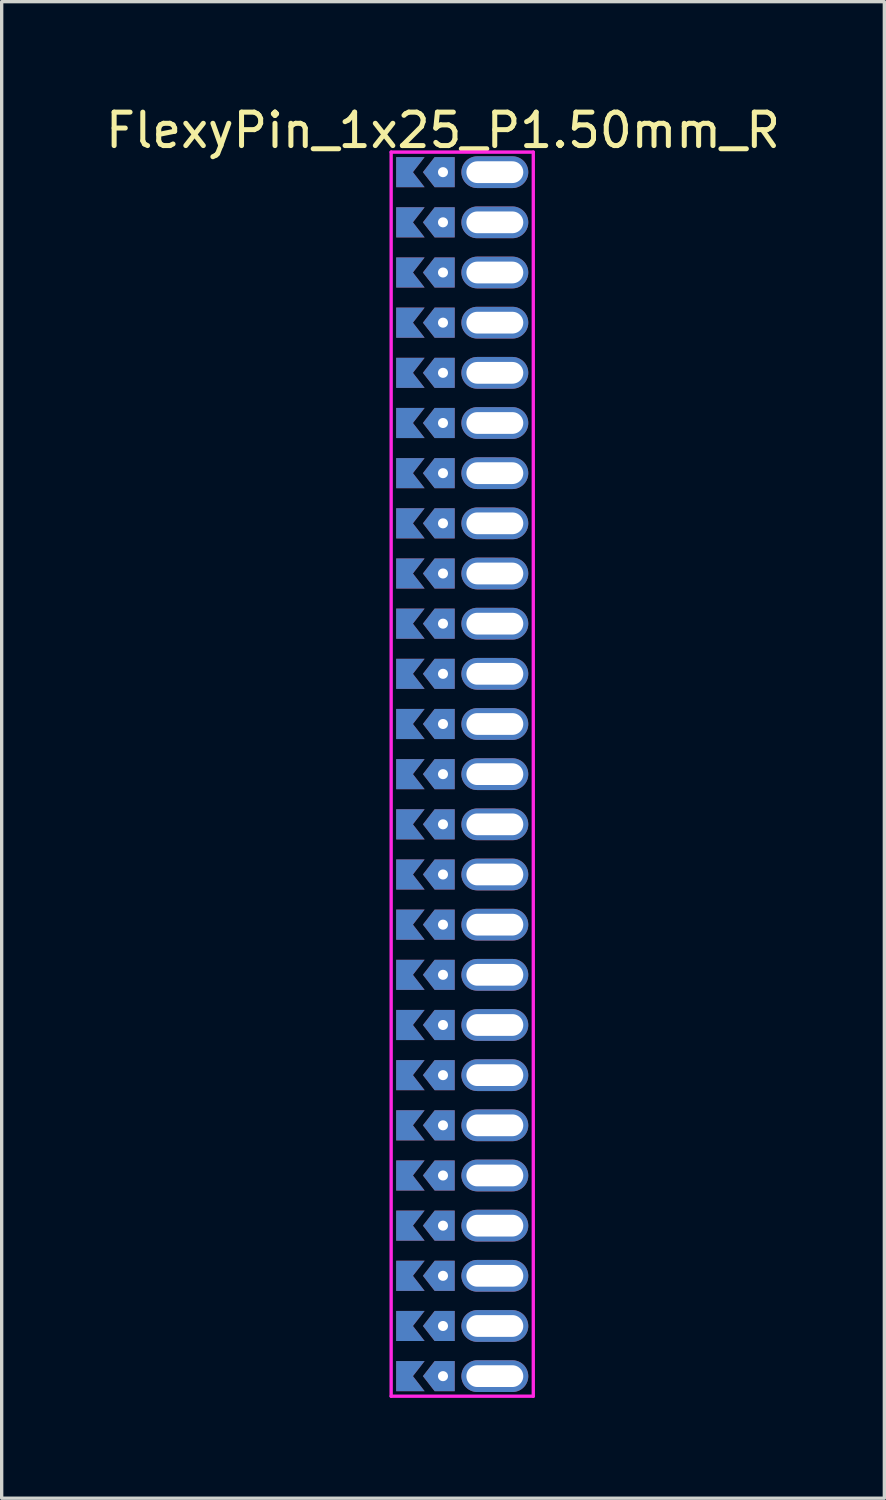
<source format=kicad_pcb>
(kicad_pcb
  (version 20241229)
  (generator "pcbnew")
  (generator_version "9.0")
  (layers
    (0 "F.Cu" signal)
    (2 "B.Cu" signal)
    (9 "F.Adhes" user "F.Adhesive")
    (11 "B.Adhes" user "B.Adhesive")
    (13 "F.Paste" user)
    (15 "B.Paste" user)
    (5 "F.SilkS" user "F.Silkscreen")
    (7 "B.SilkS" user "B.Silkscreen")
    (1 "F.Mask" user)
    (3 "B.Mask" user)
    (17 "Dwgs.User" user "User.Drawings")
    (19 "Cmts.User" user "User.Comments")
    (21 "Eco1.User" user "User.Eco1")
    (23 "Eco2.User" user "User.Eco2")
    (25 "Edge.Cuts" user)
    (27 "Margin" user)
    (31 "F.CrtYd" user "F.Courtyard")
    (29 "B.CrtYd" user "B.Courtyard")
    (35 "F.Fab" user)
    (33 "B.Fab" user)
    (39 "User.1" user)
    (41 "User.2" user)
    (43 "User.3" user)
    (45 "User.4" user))
  (footprint "FlexyPin_1x25_P1.50mm_R"
    (layer "F.Cu")
    (at 10.196 2.098)
    (property "Reference" "FlexyPin_1x25_P1.50mm_R" (at 0 -1.25 0) (layer "F.SilkS") (effects (font (size 1 1) (thickness 0.15))))
    (attr through_hole)
    (fp_line (start -1.55 -0.6) (end 2.7 -0.6) (stroke (width 0.1) (type solid)) (layer "F.CrtYd"))
    (fp_line (start -1.55 36.6) (end -1.55 -0.6) (stroke (width 0.1) (type solid)) (layer "F.CrtYd"))
    (fp_line (start 2.7 -0.6) (end 2.7 36.6) (stroke (width 0.1) (type solid)) (layer "F.CrtYd"))
    (fp_line (start 2.7 36.6) (end -1.55 36.6) (stroke (width 0.1) (type solid)) (layer "F.CrtYd"))
    (pad "" thru_hole custom (at 0 0) (size 0.3 0.3) (drill 0.6) (layers "*.Cu" "*.Mask") (options (anchor rect)) (primitives (gr_poly (pts (xy 0.35 0.45) (xy 0.35 -0.45) (xy -0.25 -0.45) (xy -0.6 0) (xy -0.25 0.45)) (width 0) (fill yes))))
    (pad "" thru_hole custom (at 0 1.5) (size 0.3 0.3) (drill 0.6) (layers "*.Cu" "*.Mask") (options (anchor rect)) (primitives (gr_poly (pts (xy 0.35 0.45) (xy 0.35 -0.45) (xy -0.25 -0.45) (xy -0.6 0) (xy -0.25 0.45)) (width 0) (fill yes))))
    (pad "" thru_hole custom (at 0 3) (size 0.3 0.3) (drill 0.6) (layers "*.Cu" "*.Mask") (options (anchor rect)) (primitives (gr_poly (pts (xy 0.35 0.45) (xy 0.35 -0.45) (xy -0.25 -0.45) (xy -0.6 0) (xy -0.25 0.45)) (width 0) (fill yes))))
    (pad "" thru_hole custom (at 0 4.5) (size 0.3 0.3) (drill 0.6) (layers "*.Cu" "*.Mask") (options (anchor rect)) (primitives (gr_poly (pts (xy 0.35 0.45) (xy 0.35 -0.45) (xy -0.25 -0.45) (xy -0.6 0) (xy -0.25 0.45)) (width 0) (fill yes))))
    (pad "" thru_hole custom (at 0 6) (size 0.3 0.3) (drill 0.6) (layers "*.Cu" "*.Mask") (options (anchor rect)) (primitives (gr_poly (pts (xy 0.35 0.45) (xy 0.35 -0.45) (xy -0.25 -0.45) (xy -0.6 0) (xy -0.25 0.45)) (width 0) (fill yes))))
    (pad "" thru_hole custom (at 0 7.5) (size 0.3 0.3) (drill 0.6) (layers "*.Cu" "*.Mask") (options (anchor rect)) (primitives (gr_poly (pts (xy 0.35 0.45) (xy 0.35 -0.45) (xy -0.25 -0.45) (xy -0.6 0) (xy -0.25 0.45)) (width 0) (fill yes))))
    (pad "" thru_hole custom (at 0 9) (size 0.3 0.3) (drill 0.6) (layers "*.Cu" "*.Mask") (options (anchor rect)) (primitives (gr_poly (pts (xy 0.35 0.45) (xy 0.35 -0.45) (xy -0.25 -0.45) (xy -0.6 0) (xy -0.25 0.45)) (width 0) (fill yes))))
    (pad "" thru_hole custom (at 0 10.5) (size 0.3 0.3) (drill 0.6) (layers "*.Cu" "*.Mask") (options (anchor rect)) (primitives (gr_poly (pts (xy 0.35 0.45) (xy 0.35 -0.45) (xy -0.25 -0.45) (xy -0.6 0) (xy -0.25 0.45)) (width 0) (fill yes))))
    (pad "" thru_hole custom (at 0 12) (size 0.3 0.3) (drill 0.6) (layers "*.Cu" "*.Mask") (options (anchor rect)) (primitives (gr_poly (pts (xy 0.35 0.45) (xy 0.35 -0.45) (xy -0.25 -0.45) (xy -0.6 0) (xy -0.25 0.45)) (width 0) (fill yes))))
    (pad "" thru_hole custom (at 0 13.5) (size 0.3 0.3) (drill 0.6) (layers "*.Cu" "*.Mask") (options (anchor rect)) (primitives (gr_poly (pts (xy 0.35 0.45) (xy 0.35 -0.45) (xy -0.25 -0.45) (xy -0.6 0) (xy -0.25 0.45)) (width 0) (fill yes))))
    (pad "" thru_hole custom (at 0 15) (size 0.3 0.3) (drill 0.6) (layers "*.Cu" "*.Mask") (options (anchor rect)) (primitives (gr_poly (pts (xy 0.35 0.45) (xy 0.35 -0.45) (xy -0.25 -0.45) (xy -0.6 0) (xy -0.25 0.45)) (width 0) (fill yes))))
    (pad "" thru_hole custom (at 0 16.5) (size 0.3 0.3) (drill 0.6) (layers "*.Cu" "*.Mask") (options (anchor rect)) (primitives (gr_poly (pts (xy 0.35 0.45) (xy 0.35 -0.45) (xy -0.25 -0.45) (xy -0.6 0) (xy -0.25 0.45)) (width 0) (fill yes))))
    (pad "" thru_hole custom (at 0 18) (size 0.3 0.3) (drill 0.6) (layers "*.Cu" "*.Mask") (options (anchor rect)) (primitives (gr_poly (pts (xy 0.35 0.45) (xy 0.35 -0.45) (xy -0.25 -0.45) (xy -0.6 0) (xy -0.25 0.45)) (width 0) (fill yes))))
    (pad "" thru_hole custom (at 0 19.5) (size 0.3 0.3) (drill 0.6) (layers "*.Cu" "*.Mask") (options (anchor rect)) (primitives (gr_poly (pts (xy 0.35 0.45) (xy 0.35 -0.45) (xy -0.25 -0.45) (xy -0.6 0) (xy -0.25 0.45)) (width 0) (fill yes))))
    (pad "" thru_hole custom (at 0 21) (size 0.3 0.3) (drill 0.6) (layers "*.Cu" "*.Mask") (options (anchor rect)) (primitives (gr_poly (pts (xy 0.35 0.45) (xy 0.35 -0.45) (xy -0.25 -0.45) (xy -0.6 0) (xy -0.25 0.45)) (width 0) (fill yes))))
    (pad "" thru_hole custom (at 0 22.5) (size 0.3 0.3) (drill 0.6) (layers "*.Cu" "*.Mask") (options (anchor rect)) (primitives (gr_poly (pts (xy 0.35 0.45) (xy 0.35 -0.45) (xy -0.25 -0.45) (xy -0.6 0) (xy -0.25 0.45)) (width 0) (fill yes))))
    (pad "" thru_hole custom (at 0 24) (size 0.3 0.3) (drill 0.6) (layers "*.Cu" "*.Mask") (options (anchor rect)) (primitives (gr_poly (pts (xy 0.35 0.45) (xy 0.35 -0.45) (xy -0.25 -0.45) (xy -0.6 0) (xy -0.25 0.45)) (width 0) (fill yes))))
    (pad "" thru_hole custom (at 0 25.5) (size 0.3 0.3) (drill 0.6) (layers "*.Cu" "*.Mask") (options (anchor rect)) (primitives (gr_poly (pts (xy 0.35 0.45) (xy 0.35 -0.45) (xy -0.25 -0.45) (xy -0.6 0) (xy -0.25 0.45)) (width 0) (fill yes))))
    (pad "" thru_hole custom (at 0 27) (size 0.3 0.3) (drill 0.6) (layers "*.Cu" "*.Mask") (options (anchor rect)) (primitives (gr_poly (pts (xy 0.35 0.45) (xy 0.35 -0.45) (xy -0.25 -0.45) (xy -0.6 0) (xy -0.25 0.45)) (width 0) (fill yes))))
    (pad "" thru_hole custom (at 0 28.5) (size 0.3 0.3) (drill 0.6) (layers "*.Cu" "*.Mask") (options (anchor rect)) (primitives (gr_poly (pts (xy 0.35 0.45) (xy 0.35 -0.45) (xy -0.25 -0.45) (xy -0.6 0) (xy -0.25 0.45)) (width 0) (fill yes))))
    (pad "" thru_hole custom (at 0 30) (size 0.3 0.3) (drill 0.6) (layers "*.Cu" "*.Mask") (options (anchor rect)) (primitives (gr_poly (pts (xy 0.35 0.45) (xy 0.35 -0.45) (xy -0.25 -0.45) (xy -0.6 0) (xy -0.25 0.45)) (width 0) (fill yes))))
    (pad "" thru_hole custom (at 0 31.5) (size 0.3 0.3) (drill 0.6) (layers "*.Cu" "*.Mask") (options (anchor rect)) (primitives (gr_poly (pts (xy 0.35 0.45) (xy 0.35 -0.45) (xy -0.25 -0.45) (xy -0.6 0) (xy -0.25 0.45)) (width 0) (fill yes))))
    (pad "" thru_hole custom (at 0 33) (size 0.3 0.3) (drill 0.6) (layers "*.Cu" "*.Mask") (options (anchor rect)) (primitives (gr_poly (pts (xy 0.35 0.45) (xy 0.35 -0.45) (xy -0.25 -0.45) (xy -0.6 0) (xy -0.25 0.45)) (width 0) (fill yes))))
    (pad "" thru_hole custom (at 0 34.5) (size 0.3 0.3) (drill 0.6) (layers "*.Cu" "*.Mask") (options (anchor rect)) (primitives (gr_poly (pts (xy 0.35 0.45) (xy 0.35 -0.45) (xy -0.25 -0.45) (xy -0.6 0) (xy -0.25 0.45)) (width 0) (fill yes))))
    (pad "" thru_hole custom (at 0 36) (size 0.3 0.3) (drill 0.6) (layers "*.Cu" "*.Mask") (options (anchor rect)) (primitives (gr_poly (pts (xy 0.35 0.45) (xy 0.35 -0.45) (xy -0.25 -0.45) (xy -0.6 0) (xy -0.25 0.45)) (width 0) (fill yes))))
    (pad "" thru_hole oval (at 1.55 0) (size 2 0.95) (drill oval 1.7 0.65) (layers "*.Cu" "*.Mask"))
    (pad "" thru_hole oval (at 1.55 1.5) (size 2 0.95) (drill oval 1.7 0.65) (layers "*.Cu" "*.Mask"))
    (pad "" thru_hole oval (at 1.55 3) (size 2 0.95) (drill oval 1.7 0.65) (layers "*.Cu" "*.Mask"))
    (pad "" thru_hole oval (at 1.55 4.5) (size 2 0.95) (drill oval 1.7 0.65) (layers "*.Cu" "*.Mask"))
    (pad "" thru_hole oval (at 1.55 6) (size 2 0.95) (drill oval 1.7 0.65) (layers "*.Cu" "*.Mask"))
    (pad "" thru_hole oval (at 1.55 7.5) (size 2 0.95) (drill oval 1.7 0.65) (layers "*.Cu" "*.Mask"))
    (pad "" thru_hole oval (at 1.55 9) (size 2 0.95) (drill oval 1.7 0.65) (layers "*.Cu" "*.Mask"))
    (pad "" thru_hole oval (at 1.55 10.5) (size 2 0.95) (drill oval 1.7 0.65) (layers "*.Cu" "*.Mask"))
    (pad "" thru_hole oval (at 1.55 12) (size 2 0.95) (drill oval 1.7 0.65) (layers "*.Cu" "*.Mask"))
    (pad "" thru_hole oval (at 1.55 13.5) (size 2 0.95) (drill oval 1.7 0.65) (layers "*.Cu" "*.Mask"))
    (pad "" thru_hole oval (at 1.55 15) (size 2 0.95) (drill oval 1.7 0.65) (layers "*.Cu" "*.Mask"))
    (pad "" thru_hole oval (at 1.55 16.5) (size 2 0.95) (drill oval 1.7 0.65) (layers "*.Cu" "*.Mask"))
    (pad "" thru_hole oval (at 1.55 18) (size 2 0.95) (drill oval 1.7 0.65) (layers "*.Cu" "*.Mask"))
    (pad "" thru_hole oval (at 1.55 19.5) (size 2 0.95) (drill oval 1.7 0.65) (layers "*.Cu" "*.Mask"))
    (pad "" thru_hole oval (at 1.55 21) (size 2 0.95) (drill oval 1.7 0.65) (layers "*.Cu" "*.Mask"))
    (pad "" thru_hole oval (at 1.55 22.5) (size 2 0.95) (drill oval 1.7 0.65) (layers "*.Cu" "*.Mask"))
    (pad "" thru_hole oval (at 1.55 24) (size 2 0.95) (drill oval 1.7 0.65) (layers "*.Cu" "*.Mask"))
    (pad "" thru_hole oval (at 1.55 25.5) (size 2 0.95) (drill oval 1.7 0.65) (layers "*.Cu" "*.Mask"))
    (pad "" thru_hole oval (at 1.55 27) (size 2 0.95) (drill oval 1.7 0.65) (layers "*.Cu" "*.Mask"))
    (pad "" thru_hole oval (at 1.55 28.5) (size 2 0.95) (drill oval 1.7 0.65) (layers "*.Cu" "*.Mask"))
    (pad "" thru_hole oval (at 1.55 30) (size 2 0.95) (drill oval 1.7 0.65) (layers "*.Cu" "*.Mask"))
    (pad "" thru_hole oval (at 1.55 31.5) (size 2 0.95) (drill oval 1.7 0.65) (layers "*.Cu" "*.Mask"))
    (pad "" thru_hole oval (at 1.55 33) (size 2 0.95) (drill oval 1.7 0.65) (layers "*.Cu" "*.Mask"))
    (pad "" thru_hole oval (at 1.55 34.5) (size 2 0.95) (drill oval 1.7 0.65) (layers "*.Cu" "*.Mask"))
    (pad "" thru_hole oval (at 1.55 36) (size 2 0.95) (drill oval 1.7 0.65) (layers "*.Cu" "*.Mask"))
    (pad "1" smd custom (at -0.9 0) (size 0.01 0.01) (layers "F.Cu" "F.Mask") (options (anchor rect)) (primitives (gr_poly (pts (xy 0 0) (xy 0.35 0.45) (xy -0.5 0.45) (xy -0.5 -0.45) (xy 0.35 -0.45)) (width 0) (fill yes))))
    (pad "2" smd custom (at -0.9 1.5) (size 0.01 0.01) (layers "F.Cu" "F.Mask") (options (anchor rect)) (primitives (gr_poly (pts (xy 0 0) (xy 0.35 0.45) (xy -0.5 0.45) (xy -0.5 -0.45) (xy 0.35 -0.45)) (width 0) (fill yes))))
    (pad "3" smd custom (at -0.9 3) (size 0.01 0.01) (layers "F.Cu" "F.Mask") (options (anchor rect)) (primitives (gr_poly (pts (xy 0 0) (xy 0.35 0.45) (xy -0.5 0.45) (xy -0.5 -0.45) (xy 0.35 -0.45)) (width 0) (fill yes))))
    (pad "4" smd custom (at -0.9 4.5) (size 0.01 0.01) (layers "F.Cu" "F.Mask") (options (anchor rect)) (primitives (gr_poly (pts (xy 0 0) (xy 0.35 0.45) (xy -0.5 0.45) (xy -0.5 -0.45) (xy 0.35 -0.45)) (width 0) (fill yes))))
    (pad "5" smd custom (at -0.9 6) (size 0.01 0.01) (layers "F.Cu" "F.Mask") (options (anchor rect)) (primitives (gr_poly (pts (xy 0 0) (xy 0.35 0.45) (xy -0.5 0.45) (xy -0.5 -0.45) (xy 0.35 -0.45)) (width 0) (fill yes))))
    (pad "6" smd custom (at -0.9 7.5) (size 0.01 0.01) (layers "F.Cu" "F.Mask") (options (anchor rect)) (primitives (gr_poly (pts (xy 0 0) (xy 0.35 0.45) (xy -0.5 0.45) (xy -0.5 -0.45) (xy 0.35 -0.45)) (width 0) (fill yes))))
    (pad "7" smd custom (at -0.9 9) (size 0.01 0.01) (layers "F.Cu" "F.Mask") (options (anchor rect)) (primitives (gr_poly (pts (xy 0 0) (xy 0.35 0.45) (xy -0.5 0.45) (xy -0.5 -0.45) (xy 0.35 -0.45)) (width 0) (fill yes))))
    (pad "8" smd custom (at -0.9 10.5) (size 0.01 0.01) (layers "F.Cu" "F.Mask") (options (anchor rect)) (primitives (gr_poly (pts (xy 0 0) (xy 0.35 0.45) (xy -0.5 0.45) (xy -0.5 -0.45) (xy 0.35 -0.45)) (width 0) (fill yes))))
    (pad "9" smd custom (at -0.9 12) (size 0.01 0.01) (layers "F.Cu" "F.Mask") (options (anchor rect)) (primitives (gr_poly (pts (xy 0 0) (xy 0.35 0.45) (xy -0.5 0.45) (xy -0.5 -0.45) (xy 0.35 -0.45)) (width 0) (fill yes))))
    (pad "10" smd custom (at -0.9 13.5) (size 0.01 0.01) (layers "F.Cu" "F.Mask") (options (anchor rect)) (primitives (gr_poly (pts (xy 0 0) (xy 0.35 0.45) (xy -0.5 0.45) (xy -0.5 -0.45) (xy 0.35 -0.45)) (width 0) (fill yes))))
    (pad "11" smd custom (at -0.9 15) (size 0.01 0.01) (layers "F.Cu" "F.Mask") (options (anchor rect)) (primitives (gr_poly (pts (xy 0 0) (xy 0.35 0.45) (xy -0.5 0.45) (xy -0.5 -0.45) (xy 0.35 -0.45)) (width 0) (fill yes))))
    (pad "12" smd custom (at -0.9 16.5) (size 0.01 0.01) (layers "F.Cu" "F.Mask") (options (anchor rect)) (primitives (gr_poly (pts (xy 0 0) (xy 0.35 0.45) (xy -0.5 0.45) (xy -0.5 -0.45) (xy 0.35 -0.45)) (width 0) (fill yes))))
    (pad "13" smd custom (at -0.9 18) (size 0.01 0.01) (layers "F.Cu" "F.Mask") (options (anchor rect)) (primitives (gr_poly (pts (xy 0 0) (xy 0.35 0.45) (xy -0.5 0.45) (xy -0.5 -0.45) (xy 0.35 -0.45)) (width 0) (fill yes))))
    (pad "14" smd custom (at -0.9 19.5) (size 0.01 0.01) (layers "F.Cu" "F.Mask") (options (anchor rect)) (primitives (gr_poly (pts (xy 0 0) (xy 0.35 0.45) (xy -0.5 0.45) (xy -0.5 -0.45) (xy 0.35 -0.45)) (width 0) (fill yes))))
    (pad "15" smd custom (at -0.9 21) (size 0.01 0.01) (layers "F.Cu" "F.Mask") (options (anchor rect)) (primitives (gr_poly (pts (xy 0 0) (xy 0.35 0.45) (xy -0.5 0.45) (xy -0.5 -0.45) (xy 0.35 -0.45)) (width 0) (fill yes))))
    (pad "16" smd custom (at -0.9 22.5) (size 0.01 0.01) (layers "F.Cu" "F.Mask") (options (anchor rect)) (primitives (gr_poly (pts (xy 0 0) (xy 0.35 0.45) (xy -0.5 0.45) (xy -0.5 -0.45) (xy 0.35 -0.45)) (width 0) (fill yes))))
    (pad "17" smd custom (at -0.9 24) (size 0.01 0.01) (layers "F.Cu" "F.Mask") (options (anchor rect)) (primitives (gr_poly (pts (xy 0 0) (xy 0.35 0.45) (xy -0.5 0.45) (xy -0.5 -0.45) (xy 0.35 -0.45)) (width 0) (fill yes))))
    (pad "18" smd custom (at -0.9 25.5) (size 0.01 0.01) (layers "F.Cu" "F.Mask") (options (anchor rect)) (primitives (gr_poly (pts (xy 0 0) (xy 0.35 0.45) (xy -0.5 0.45) (xy -0.5 -0.45) (xy 0.35 -0.45)) (width 0) (fill yes))))
    (pad "19" smd custom (at -0.9 27) (size 0.01 0.01) (layers "F.Cu" "F.Mask") (options (anchor rect)) (primitives (gr_poly (pts (xy 0 0) (xy 0.35 0.45) (xy -0.5 0.45) (xy -0.5 -0.45) (xy 0.35 -0.45)) (width 0) (fill yes))))
    (pad "20" smd custom (at -0.9 28.5) (size 0.01 0.01) (layers "F.Cu" "F.Mask") (options (anchor rect)) (primitives (gr_poly (pts (xy 0 0) (xy 0.35 0.45) (xy -0.5 0.45) (xy -0.5 -0.45) (xy 0.35 -0.45)) (width 0) (fill yes))))
    (pad "21" smd custom (at -0.9 30) (size 0.01 0.01) (layers "F.Cu" "F.Mask") (options (anchor rect)) (primitives (gr_poly (pts (xy 0 0) (xy 0.35 0.45) (xy -0.5 0.45) (xy -0.5 -0.45) (xy 0.35 -0.45)) (width 0) (fill yes))))
    (pad "22" smd custom (at -0.9 31.5) (size 0.01 0.01) (layers "F.Cu" "F.Mask") (options (anchor rect)) (primitives (gr_poly (pts (xy 0 0) (xy 0.35 0.45) (xy -0.5 0.45) (xy -0.5 -0.45) (xy 0.35 -0.45)) (width 0) (fill yes))))
    (pad "23" smd custom (at -0.9 33) (size 0.01 0.01) (layers "F.Cu" "F.Mask") (options (anchor rect)) (primitives (gr_poly (pts (xy 0 0) (xy 0.35 0.45) (xy -0.5 0.45) (xy -0.5 -0.45) (xy 0.35 -0.45)) (width 0) (fill yes))))
    (pad "24" smd custom (at -0.9 34.5) (size 0.01 0.01) (layers "F.Cu" "F.Mask") (options (anchor rect)) (primitives (gr_poly (pts (xy 0 0) (xy 0.35 0.45) (xy -0.5 0.45) (xy -0.5 -0.45) (xy 0.35 -0.45)) (width 0) (fill yes))))
    (pad "25" smd custom (at -0.9 36) (size 0.01 0.01) (layers "F.Cu" "F.Mask") (options (anchor rect)) (primitives (gr_poly (pts (xy 0 0) (xy 0.35 0.45) (xy -0.5 0.45) (xy -0.5 -0.45) (xy 0.35 -0.45)) (width 0) (fill yes))))
    (pad "26" smd custom (at -0.9 0) (size 0.01 0.01) (layers "B.Cu" "B.Mask") (options (anchor rect)) (primitives (gr_poly (pts (xy 0 0) (xy 0.35 0.45) (xy -0.5 0.45) (xy -0.5 -0.45) (xy 0.35 -0.45)) (width 0) (fill yes))))
    (pad "27" smd custom (at -0.9 1.5) (size 0.01 0.01) (layers "B.Cu" "B.Mask") (options (anchor rect)) (primitives (gr_poly (pts (xy 0 0) (xy 0.35 0.45) (xy -0.5 0.45) (xy -0.5 -0.45) (xy 0.35 -0.45)) (width 0) (fill yes))))
    (pad "28" smd custom (at -0.9 3) (size 0.01 0.01) (layers "B.Cu" "B.Mask") (options (anchor rect)) (primitives (gr_poly (pts (xy 0 0) (xy 0.35 0.45) (xy -0.5 0.45) (xy -0.5 -0.45) (xy 0.35 -0.45)) (width 0) (fill yes))))
    (pad "29" smd custom (at -0.9 4.5) (size 0.01 0.01) (layers "B.Cu" "B.Mask") (options (anchor rect)) (primitives (gr_poly (pts (xy 0 0) (xy 0.35 0.45) (xy -0.5 0.45) (xy -0.5 -0.45) (xy 0.35 -0.45)) (width 0) (fill yes))))
    (pad "30" smd custom (at -0.9 6) (size 0.01 0.01) (layers "B.Cu" "B.Mask") (options (anchor rect)) (primitives (gr_poly (pts (xy 0 0) (xy 0.35 0.45) (xy -0.5 0.45) (xy -0.5 -0.45) (xy 0.35 -0.45)) (width 0) (fill yes))))
    (pad "31" smd custom (at -0.9 7.5) (size 0.01 0.01) (layers "B.Cu" "B.Mask") (options (anchor rect)) (primitives (gr_poly (pts (xy 0 0) (xy 0.35 0.45) (xy -0.5 0.45) (xy -0.5 -0.45) (xy 0.35 -0.45)) (width 0) (fill yes))))
    (pad "32" smd custom (at -0.9 9) (size 0.01 0.01) (layers "B.Cu" "B.Mask") (options (anchor rect)) (primitives (gr_poly (pts (xy 0 0) (xy 0.35 0.45) (xy -0.5 0.45) (xy -0.5 -0.45) (xy 0.35 -0.45)) (width 0) (fill yes))))
    (pad "33" smd custom (at -0.9 10.5) (size 0.01 0.01) (layers "B.Cu" "B.Mask") (options (anchor rect)) (primitives (gr_poly (pts (xy 0 0) (xy 0.35 0.45) (xy -0.5 0.45) (xy -0.5 -0.45) (xy 0.35 -0.45)) (width 0) (fill yes))))
    (pad "34" smd custom (at -0.9 12) (size 0.01 0.01) (layers "B.Cu" "B.Mask") (options (anchor rect)) (primitives (gr_poly (pts (xy 0 0) (xy 0.35 0.45) (xy -0.5 0.45) (xy -0.5 -0.45) (xy 0.35 -0.45)) (width 0) (fill yes))))
    (pad "35" smd custom (at -0.9 13.5) (size 0.01 0.01) (layers "B.Cu" "B.Mask") (options (anchor rect)) (primitives (gr_poly (pts (xy 0 0) (xy 0.35 0.45) (xy -0.5 0.45) (xy -0.5 -0.45) (xy 0.35 -0.45)) (width 0) (fill yes))))
    (pad "36" smd custom (at -0.9 15) (size 0.01 0.01) (layers "B.Cu" "B.Mask") (options (anchor rect)) (primitives (gr_poly (pts (xy 0 0) (xy 0.35 0.45) (xy -0.5 0.45) (xy -0.5 -0.45) (xy 0.35 -0.45)) (width 0) (fill yes))))
    (pad "37" smd custom (at -0.9 16.5) (size 0.01 0.01) (layers "B.Cu" "B.Mask") (options (anchor rect)) (primitives (gr_poly (pts (xy 0 0) (xy 0.35 0.45) (xy -0.5 0.45) (xy -0.5 -0.45) (xy 0.35 -0.45)) (width 0) (fill yes))))
    (pad "38" smd custom (at -0.9 18) (size 0.01 0.01) (layers "B.Cu" "B.Mask") (options (anchor rect)) (primitives (gr_poly (pts (xy 0 0) (xy 0.35 0.45) (xy -0.5 0.45) (xy -0.5 -0.45) (xy 0.35 -0.45)) (width 0) (fill yes))))
    (pad "39" smd custom (at -0.9 19.5) (size 0.01 0.01) (layers "B.Cu" "B.Mask") (options (anchor rect)) (primitives (gr_poly (pts (xy 0 0) (xy 0.35 0.45) (xy -0.5 0.45) (xy -0.5 -0.45) (xy 0.35 -0.45)) (width 0) (fill yes))))
    (pad "40" smd custom (at -0.9 21) (size 0.01 0.01) (layers "B.Cu" "B.Mask") (options (anchor rect)) (primitives (gr_poly (pts (xy 0 0) (xy 0.35 0.45) (xy -0.5 0.45) (xy -0.5 -0.45) (xy 0.35 -0.45)) (width 0) (fill yes))))
    (pad "41" smd custom (at -0.9 22.5) (size 0.01 0.01) (layers "B.Cu" "B.Mask") (options (anchor rect)) (primitives (gr_poly (pts (xy 0 0) (xy 0.35 0.45) (xy -0.5 0.45) (xy -0.5 -0.45) (xy 0.35 -0.45)) (width 0) (fill yes))))
    (pad "42" smd custom (at -0.9 24) (size 0.01 0.01) (layers "B.Cu" "B.Mask") (options (anchor rect)) (primitives (gr_poly (pts (xy 0 0) (xy 0.35 0.45) (xy -0.5 0.45) (xy -0.5 -0.45) (xy 0.35 -0.45)) (width 0) (fill yes))))
    (pad "43" smd custom (at -0.9 25.5) (size 0.01 0.01) (layers "B.Cu" "B.Mask") (options (anchor rect)) (primitives (gr_poly (pts (xy 0 0) (xy 0.35 0.45) (xy -0.5 0.45) (xy -0.5 -0.45) (xy 0.35 -0.45)) (width 0) (fill yes))))
    (pad "44" smd custom (at -0.9 27) (size 0.01 0.01) (layers "B.Cu" "B.Mask") (options (anchor rect)) (primitives (gr_poly (pts (xy 0 0) (xy 0.35 0.45) (xy -0.5 0.45) (xy -0.5 -0.45) (xy 0.35 -0.45)) (width 0) (fill yes))))
    (pad "45" smd custom (at -0.9 28.5) (size 0.01 0.01) (layers "B.Cu" "B.Mask") (options (anchor rect)) (primitives (gr_poly (pts (xy 0 0) (xy 0.35 0.45) (xy -0.5 0.45) (xy -0.5 -0.45) (xy 0.35 -0.45)) (width 0) (fill yes))))
    (pad "46" smd custom (at -0.9 30) (size 0.01 0.01) (layers "B.Cu" "B.Mask") (options (anchor rect)) (primitives (gr_poly (pts (xy 0 0) (xy 0.35 0.45) (xy -0.5 0.45) (xy -0.5 -0.45) (xy 0.35 -0.45)) (width 0) (fill yes))))
    (pad "47" smd custom (at -0.9 31.5) (size 0.01 0.01) (layers "B.Cu" "B.Mask") (options (anchor rect)) (primitives (gr_poly (pts (xy 0 0) (xy 0.35 0.45) (xy -0.5 0.45) (xy -0.5 -0.45) (xy 0.35 -0.45)) (width 0) (fill yes))))
    (pad "48" smd custom (at -0.9 33) (size 0.01 0.01) (layers "B.Cu" "B.Mask") (options (anchor rect)) (primitives (gr_poly (pts (xy 0 0) (xy 0.35 0.45) (xy -0.5 0.45) (xy -0.5 -0.45) (xy 0.35 -0.45)) (width 0) (fill yes))))
    (pad "49" smd custom (at -0.9 34.5) (size 0.01 0.01) (layers "B.Cu" "B.Mask") (options (anchor rect)) (primitives (gr_poly (pts (xy 0 0) (xy 0.35 0.45) (xy -0.5 0.45) (xy -0.5 -0.45) (xy 0.35 -0.45)) (width 0) (fill yes))))
    (pad "50" smd custom (at -0.9 36) (size 0.01 0.01) (layers "B.Cu" "B.Mask") (options (anchor rect)) (primitives (gr_poly (pts (xy 0 0) (xy 0.35 0.45) (xy -0.5 0.45) (xy -0.5 -0.45) (xy 0.35 -0.45)) (width 0) (fill yes)))))
  (gr_rect
    (start -3 -3)
    (end 23.393 41.748)
    (stroke (width 0.1) (type default))
    (fill no)
    (layer "Edge.Cuts")))
</source>
